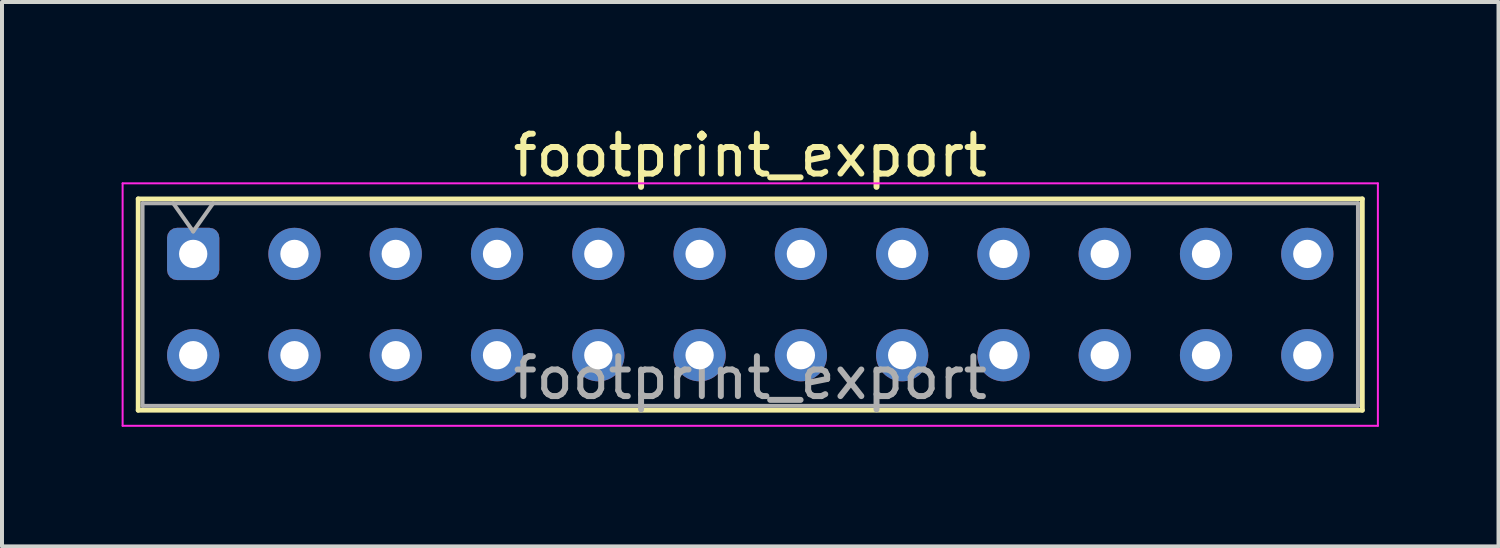
<source format=kicad_pcb>
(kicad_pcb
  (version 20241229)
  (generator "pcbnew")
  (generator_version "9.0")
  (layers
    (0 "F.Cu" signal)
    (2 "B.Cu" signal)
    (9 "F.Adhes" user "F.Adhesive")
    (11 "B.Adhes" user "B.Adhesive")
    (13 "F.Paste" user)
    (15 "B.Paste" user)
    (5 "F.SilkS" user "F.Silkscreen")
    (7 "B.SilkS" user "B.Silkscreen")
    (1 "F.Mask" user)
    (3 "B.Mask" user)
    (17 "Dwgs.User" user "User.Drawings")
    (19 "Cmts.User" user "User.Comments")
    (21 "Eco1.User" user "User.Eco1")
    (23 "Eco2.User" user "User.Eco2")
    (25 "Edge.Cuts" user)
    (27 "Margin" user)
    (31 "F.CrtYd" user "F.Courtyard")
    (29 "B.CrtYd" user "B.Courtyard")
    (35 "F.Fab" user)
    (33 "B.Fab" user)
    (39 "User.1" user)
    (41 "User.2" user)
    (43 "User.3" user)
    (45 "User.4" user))
  (footprint "footprint_export"
    (layer "F.Cu")
    (at 1.795 3.318)
    (property "Reference" "footprint_export" (at 13.97 -2.47 0) (layer "F.SilkS") (effects (font (size 1 1) (thickness 0.15))))
    (attr through_hole)
    (fp_line (start -1.38 -1.38) (end 29.32 -1.38) (stroke (width 0.12) (type solid)) (layer "F.SilkS"))
    (fp_line (start -1.38 3.92) (end -1.38 -1.38) (stroke (width 0.12) (type solid)) (layer "F.SilkS"))
    (fp_line (start 29.32 -1.38) (end 29.32 3.92) (stroke (width 0.12) (type solid)) (layer "F.SilkS"))
    (fp_line (start 29.32 3.92) (end -1.38 3.92) (stroke (width 0.12) (type solid)) (layer "F.SilkS"))
    (fp_line (start -1.77 -1.77) (end 29.71 -1.77) (stroke (width 0.05) (type solid)) (layer "F.CrtYd"))
    (fp_line (start -1.77 4.31) (end -1.77 -1.77) (stroke (width 0.05) (type solid)) (layer "F.CrtYd"))
    (fp_line (start 29.71 -1.77) (end 29.71 4.31) (stroke (width 0.05) (type solid)) (layer "F.CrtYd"))
    (fp_line (start 29.71 4.31) (end -1.77 4.31) (stroke (width 0.05) (type solid)) (layer "F.CrtYd"))
    (fp_line (start -1.27 -1.27) (end 29.21 -1.27) (stroke (width 0.1) (type solid)) (layer "F.Fab"))
    (fp_line (start -1.27 3.81) (end -1.27 -1.27) (stroke (width 0.1) (type solid)) (layer "F.Fab"))
    (fp_line (start -0.5 -1.27) (end 0 -0.563) (stroke (width 0.1) (type solid)) (layer "F.Fab"))
    (fp_line (start 0 -0.563) (end 0.5 -1.27) (stroke (width 0.1) (type solid)) (layer "F.Fab"))
    (fp_line (start 29.21 -1.27) (end 29.21 3.81) (stroke (width 0.1) (type solid)) (layer "F.Fab"))
    (fp_line (start 29.21 3.81) (end -1.27 3.81) (stroke (width 0.1) (type solid)) (layer "F.Fab"))
    (fp_text user "${REFERENCE}" (at 13.97 3.11 0) (layer "F.Fab") (effects (font (size 1 1) (thickness 0.15))))
    (pad "1" thru_hole roundrect (at 0 0) (size 1.31 1.31) (drill 0.71) (layers "*.Cu" "*.Mask") (roundrect_rratio 0.191))
    (pad "2" thru_hole circle (at 0 2.54) (size 1.31 1.31) (drill 0.71) (layers "*.Cu" "*.Mask"))
    (pad "3" thru_hole circle (at 2.54 0) (size 1.31 1.31) (drill 0.71) (layers "*.Cu" "*.Mask"))
    (pad "4" thru_hole circle (at 2.54 2.54) (size 1.31 1.31) (drill 0.71) (layers "*.Cu" "*.Mask"))
    (pad "5" thru_hole circle (at 5.08 0) (size 1.31 1.31) (drill 0.71) (layers "*.Cu" "*.Mask"))
    (pad "6" thru_hole circle (at 5.08 2.54) (size 1.31 1.31) (drill 0.71) (layers "*.Cu" "*.Mask"))
    (pad "7" thru_hole circle (at 7.62 0) (size 1.31 1.31) (drill 0.71) (layers "*.Cu" "*.Mask"))
    (pad "8" thru_hole circle (at 7.62 2.54) (size 1.31 1.31) (drill 0.71) (layers "*.Cu" "*.Mask"))
    (pad "9" thru_hole circle (at 10.16 0) (size 1.31 1.31) (drill 0.71) (layers "*.Cu" "*.Mask"))
    (pad "10" thru_hole circle (at 10.16 2.54) (size 1.31 1.31) (drill 0.71) (layers "*.Cu" "*.Mask"))
    (pad "11" thru_hole circle (at 12.7 0) (size 1.31 1.31) (drill 0.71) (layers "*.Cu" "*.Mask"))
    (pad "12" thru_hole circle (at 12.7 2.54) (size 1.31 1.31) (drill 0.71) (layers "*.Cu" "*.Mask"))
    (pad "13" thru_hole circle (at 15.24 0) (size 1.31 1.31) (drill 0.71) (layers "*.Cu" "*.Mask"))
    (pad "14" thru_hole circle (at 15.24 2.54) (size 1.31 1.31) (drill 0.71) (layers "*.Cu" "*.Mask"))
    (pad "15" thru_hole circle (at 17.78 0) (size 1.31 1.31) (drill 0.71) (layers "*.Cu" "*.Mask"))
    (pad "16" thru_hole circle (at 17.78 2.54) (size 1.31 1.31) (drill 0.71) (layers "*.Cu" "*.Mask"))
    (pad "17" thru_hole circle (at 20.32 0) (size 1.31 1.31) (drill 0.71) (layers "*.Cu" "*.Mask"))
    (pad "18" thru_hole circle (at 20.32 2.54) (size 1.31 1.31) (drill 0.71) (layers "*.Cu" "*.Mask"))
    (pad "19" thru_hole circle (at 22.86 0) (size 1.31 1.31) (drill 0.71) (layers "*.Cu" "*.Mask"))
    (pad "20" thru_hole circle (at 22.86 2.54) (size 1.31 1.31) (drill 0.71) (layers "*.Cu" "*.Mask"))
    (pad "21" thru_hole circle (at 25.4 0) (size 1.31 1.31) (drill 0.71) (layers "*.Cu" "*.Mask"))
    (pad "22" thru_hole circle (at 25.4 2.54) (size 1.31 1.31) (drill 0.71) (layers "*.Cu" "*.Mask"))
    (pad "23" thru_hole circle (at 27.94 0) (size 1.31 1.31) (drill 0.71) (layers "*.Cu" "*.Mask"))
    (pad "24" thru_hole circle (at 27.94 2.54) (size 1.31 1.31) (drill 0.71) (layers "*.Cu" "*.Mask")))
  (gr_rect
    (start -3 -3)
    (end 34.53 10.653)
    (stroke (width 0.1) (type default))
    (fill no)
    (layer "Edge.Cuts")))
</source>
